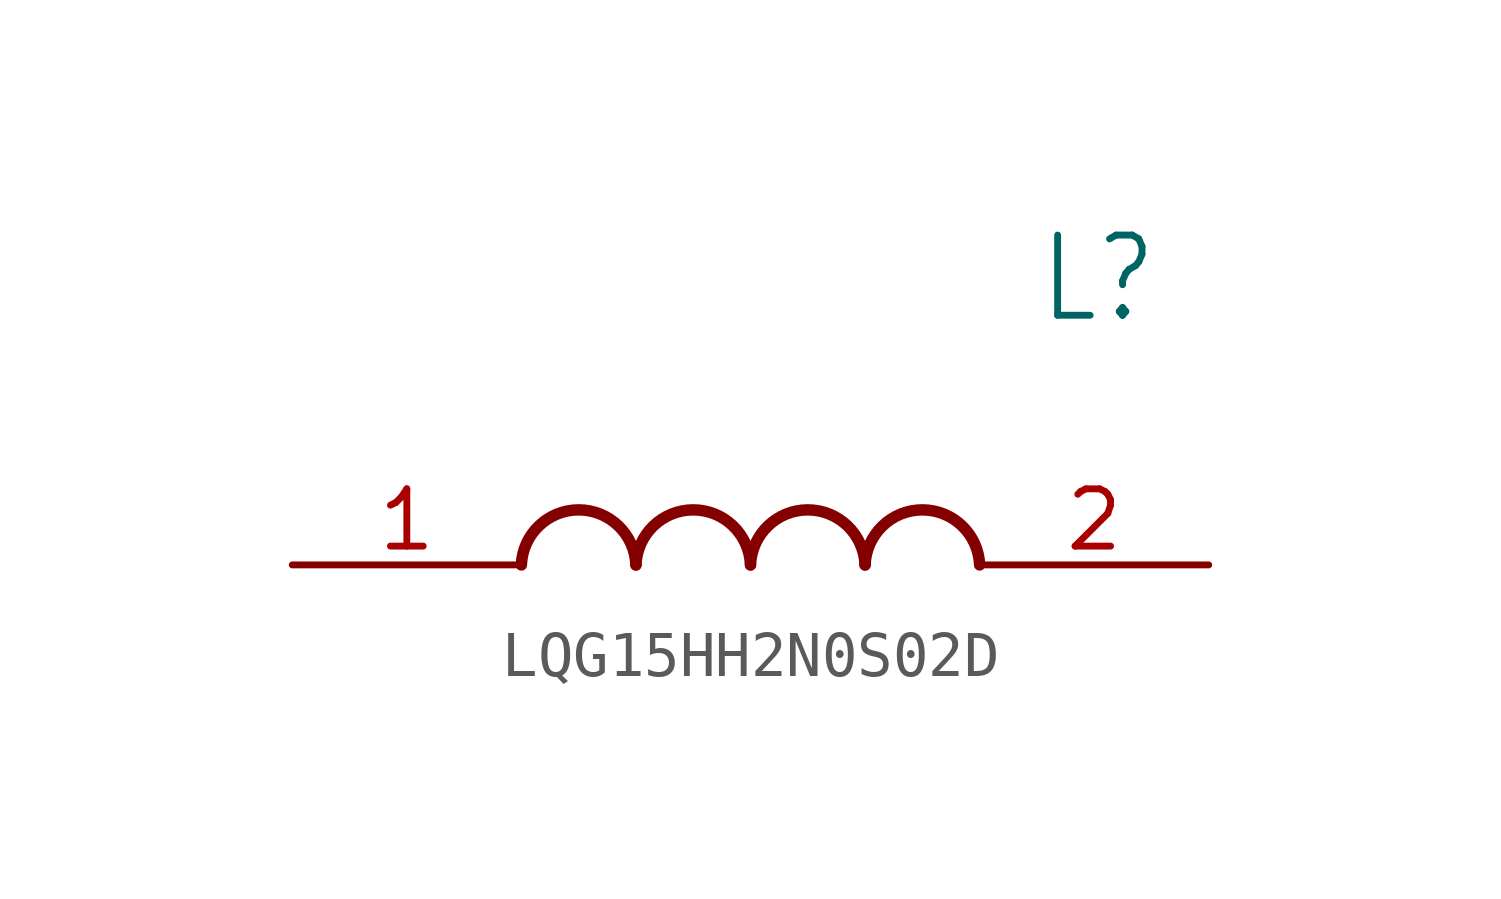
<source format=kicad_sym>
(kicad_symbol_lib
  (version 20220914)
  (generator kicad_symbol_editor)
  (symbol "LQG15HH2N0S02D"
    (property "Reference" "L"
      (at 16.51 6.35 0)
      (effects (font (size 1.778 1.511)) (justify left)))
    (property "Value" ""
      (at 16.51 3.81 0)
      (effects (font (size 1.778 1.511)) (justify left)))
    (property "ki_locked" ""
      (at 0 0 0)
      (effects (font (size 1.27 1.27))))
    (symbol "LQG15HH2N0S02D_1_0"
      (arc (start 7.62 0) (mid 6.35 1.22) (end 5.08 0) (stroke (width 0.254) (type solid)) (fill (type none)))
      (arc (start 10.16 0) (mid 8.89 1.22) (end 7.62 0) (stroke (width 0.254) (type solid)) (fill (type none)))
      (arc (start 12.7 0) (mid 11.43 1.22) (end 10.16 0) (stroke (width 0.254) (type solid)) (fill (type none)))
      (arc (start 15.24 0) (mid 13.97 1.22) (end 12.7 0) (stroke (width 0.254) (type solid)) (fill (type none)))
      (pin bidirectional line (at 0 0 0) (length 5.08) (name "1" (effects (font (size 0 0)))) (number "1" (effects (font (size 1.27 1.27)))))
      (pin bidirectional line (at 20.32 0 180) (length 5.08) (name "2" (effects (font (size 0 0)))) (number "2" (effects (font (size 1.27 1.27))))))))
</source>
